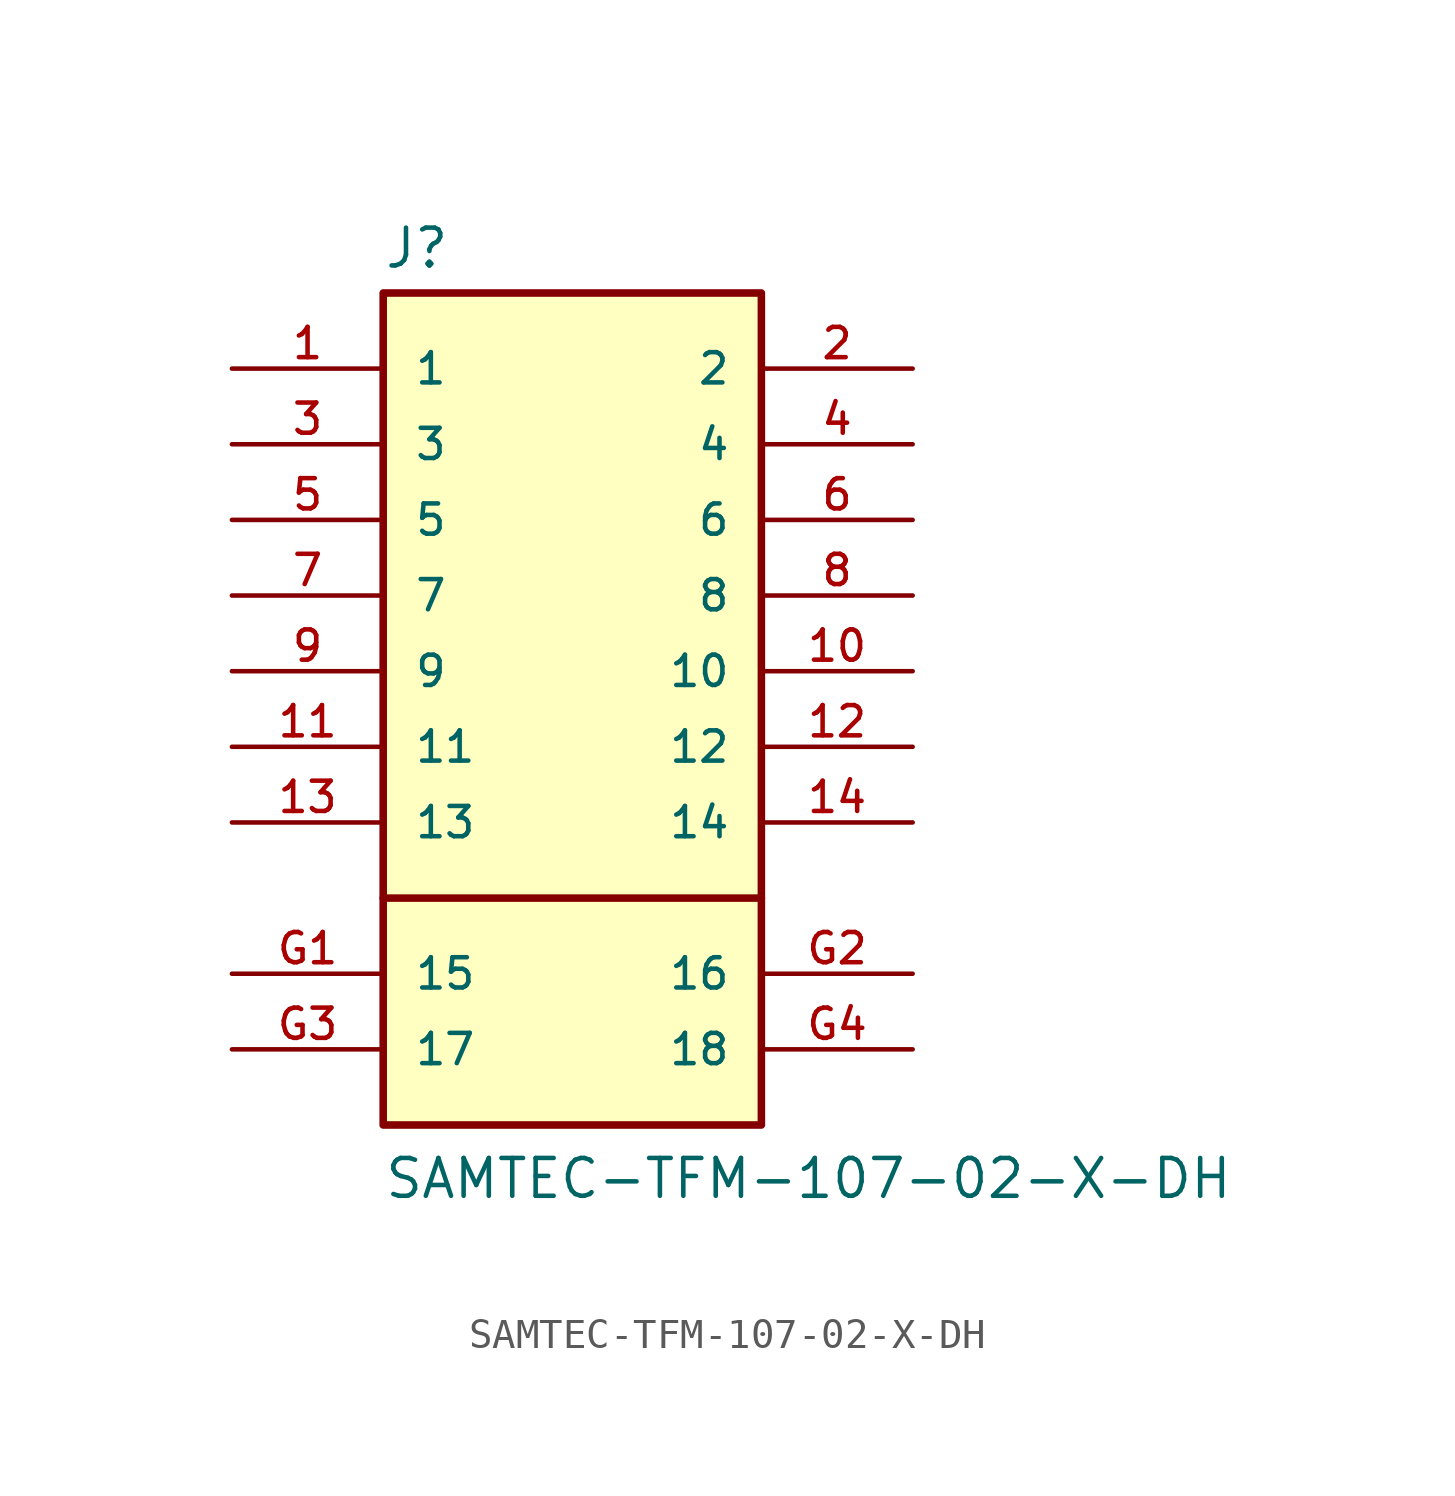
<source format=kicad_sym>
(kicad_symbol_lib
  (version 20220914)
  (generator kicad_symbol_editor)
  (symbol "SAMTEC-TFM-107-02-X-DH"
    (pin_names
      (offset 1.016))
    (property "Reference" "J"
      (at 5.08 3.302 0)
      (effects (font (size 1.27 1.27)) (justify left bottom)))
    (property "Value" "SAMTEC-TFM-107-02-X-DH"
      (at 5.08 -27.94 0)
      (effects (font (size 1.27 1.27)) (justify left bottom)))
    (symbol "SAMTEC-TFM-107-02-X-DH_0_0"
      (polyline (pts (xy 5.08 -17.78) (xy 17.78 -17.78)) (stroke (width 0.254) (type default)) (fill (type none)))
      (rectangle (start 5.08 -25.4) (end 17.78 2.54) (stroke (width 0.254) (type default)) (fill (type background)))
      (pin bidirectional line (at 0 0 0) (length 5.08) (name "1" (effects (font (size 1.016 1.016)))) (number "1" (effects (font (size 1.016 1.016)))))
      (pin bidirectional line (at 22.86 -10.16 180) (length 5.08) (name "10" (effects (font (size 1.016 1.016)))) (number "10" (effects (font (size 1.016 1.016)))))
      (pin bidirectional line (at 0 -12.7 0) (length 5.08) (name "11" (effects (font (size 1.016 1.016)))) (number "11" (effects (font (size 1.016 1.016)))))
      (pin bidirectional line (at 22.86 -12.7 180) (length 5.08) (name "12" (effects (font (size 1.016 1.016)))) (number "12" (effects (font (size 1.016 1.016)))))
      (pin bidirectional line (at 0 -15.24 0) (length 5.08) (name "13" (effects (font (size 1.016 1.016)))) (number "13" (effects (font (size 1.016 1.016)))))
      (pin bidirectional line (at 22.86 -15.24 180) (length 5.08) (name "14" (effects (font (size 1.016 1.016)))) (number "14" (effects (font (size 1.016 1.016)))))
      (pin bidirectional line (at 22.86 0 180) (length 5.08) (name "2" (effects (font (size 1.016 1.016)))) (number "2" (effects (font (size 1.016 1.016)))))
      (pin bidirectional line (at 0 -2.54 0) (length 5.08) (name "3" (effects (font (size 1.016 1.016)))) (number "3" (effects (font (size 1.016 1.016)))))
      (pin bidirectional line (at 22.86 -2.54 180) (length 5.08) (name "4" (effects (font (size 1.016 1.016)))) (number "4" (effects (font (size 1.016 1.016)))))
      (pin bidirectional line (at 0 -5.08 0) (length 5.08) (name "5" (effects (font (size 1.016 1.016)))) (number "5" (effects (font (size 1.016 1.016)))))
      (pin bidirectional line (at 22.86 -5.08 180) (length 5.08) (name "6" (effects (font (size 1.016 1.016)))) (number "6" (effects (font (size 1.016 1.016)))))
      (pin bidirectional line (at 0 -7.62 0) (length 5.08) (name "7" (effects (font (size 1.016 1.016)))) (number "7" (effects (font (size 1.016 1.016)))))
      (pin bidirectional line (at 22.86 -7.62 180) (length 5.08) (name "8" (effects (font (size 1.016 1.016)))) (number "8" (effects (font (size 1.016 1.016)))))
      (pin bidirectional line (at 0 -10.16 0) (length 5.08) (name "9" (effects (font (size 1.016 1.016)))) (number "9" (effects (font (size 1.016 1.016)))))
      (pin bidirectional line (at 0 -20.32 0) (length 5.08) (name "15" (effects (font (size 1.016 1.016)))) (number "G1" (effects (font (size 1.016 1.016)))))
      (pin bidirectional line (at 22.86 -20.32 180) (length 5.08) (name "16" (effects (font (size 1.016 1.016)))) (number "G2" (effects (font (size 1.016 1.016)))))
      (pin bidirectional line (at 0 -22.86 0) (length 5.08) (name "17" (effects (font (size 1.016 1.016)))) (number "G3" (effects (font (size 1.016 1.016)))))
      (pin bidirectional line (at 22.86 -22.86 180) (length 5.08) (name "18" (effects (font (size 1.016 1.016)))) (number "G4" (effects (font (size 1.016 1.016))))))))
</source>
